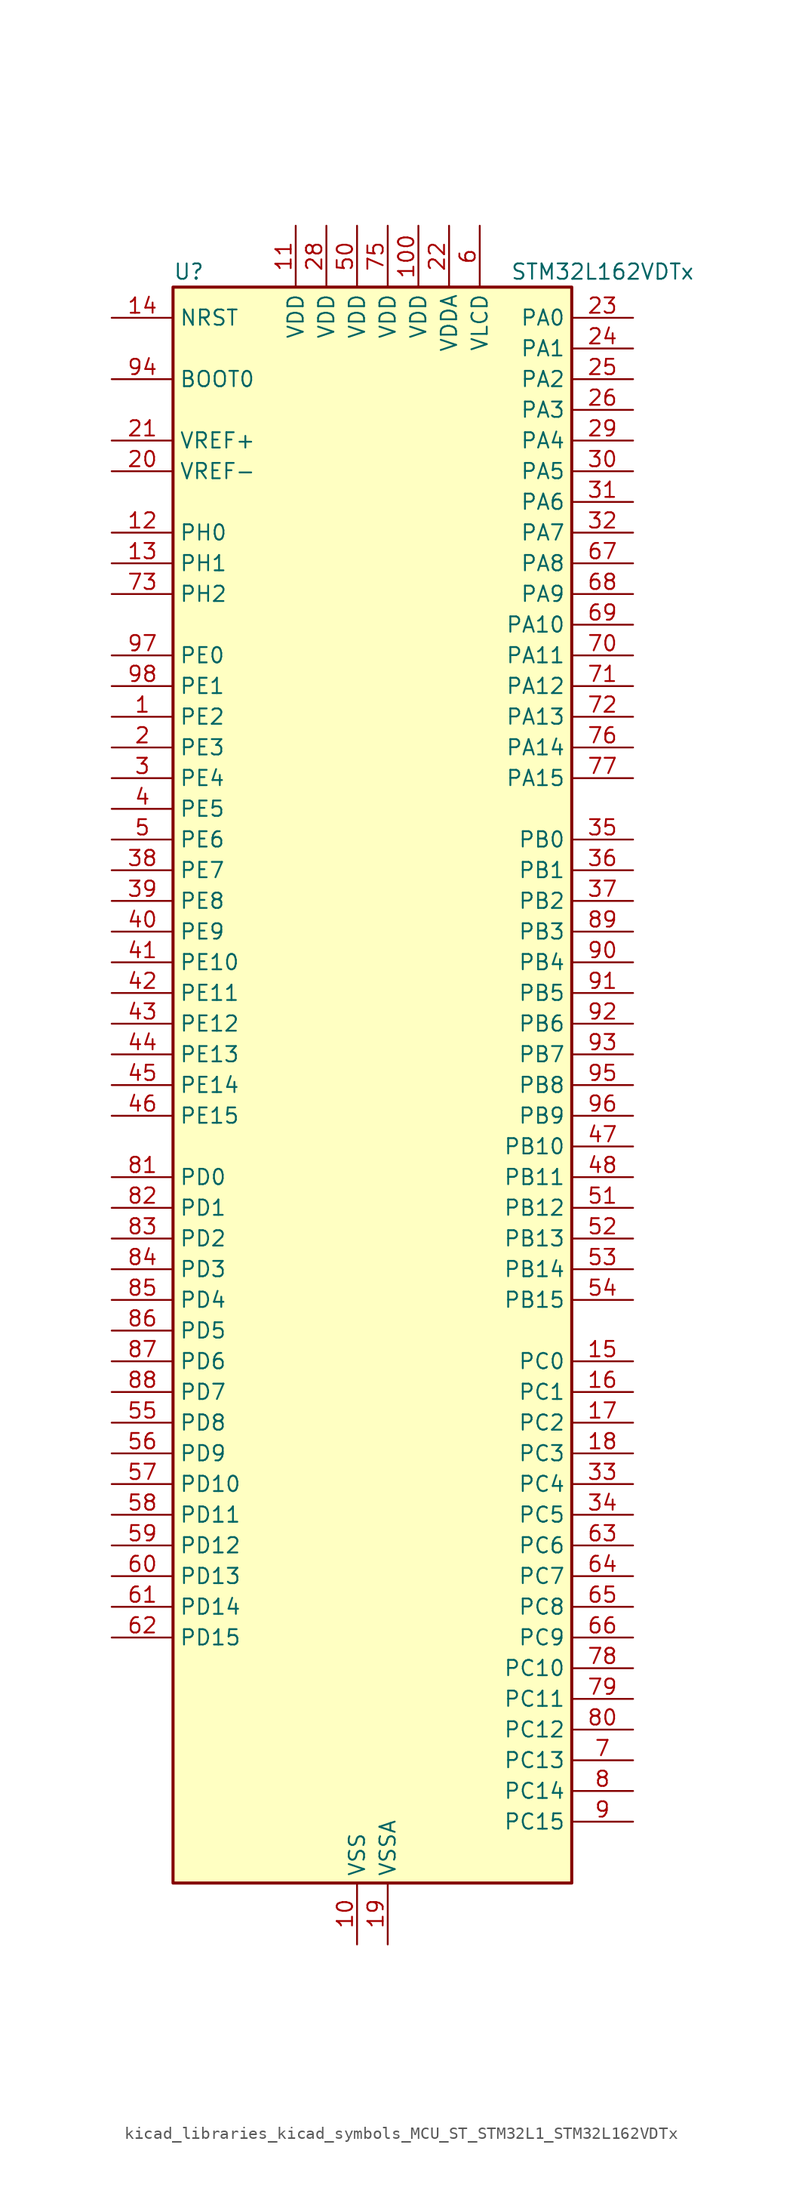
<source format=kicad_sym>
(kicad_symbol_lib
  (version 20220914)
  (generator kicad_symbol_editor)
  (symbol "kicad_libraries_kicad_symbols_MCU_ST_STM32L1_STM32L162VDTx"
    (property "Reference" "U"
      (at -15.24 67.31 0)
      (effects (font (size 1.27 1.27)) (justify left)))
    (property "Value" "STM32L162VDTx"
      (at 12.7 67.31 0)
      (effects (font (size 1.27 1.27)) (justify left)))
    (property "ki_locked" ""
      (at 0 0 0)
      (effects (font (size 1.27 1.27))))
    (symbol "kicad_libraries_kicad_symbols_MCU_ST_STM32L1_STM32L162VDTx_0_1"
      (rectangle (start -15.24 -66.04) (end 17.78 66.04) (stroke (width 0.254) (type default)) (fill (type background))))
    (symbol "kicad_libraries_kicad_symbols_MCU_ST_STM32L1_STM32L162VDTx_1_1"
      (pin bidirectional line (at -20.32 30.48 0) (length 5.08) (name "PE2" (effects (font (size 1.27 1.27)))) (number "1" (effects (font (size 1.27 1.27)))) (alternate "FSMC_A23" bidirectional line) (alternate "LCD_SEG38" bidirectional line) (alternate "SYS_TRACECK" bidirectional line) (alternate "TIM3_ETR" bidirectional line) (alternate "TIMX_IC3" bidirectional line))
      (pin power_in line (at 0 -71.12 90) (length 5.08) (name "VSS" (effects (font (size 1.27 1.27)))) (number "10" (effects (font (size 1.27 1.27)))))
      (pin power_in line (at 5.08 71.12 270) (length 5.08) (name "VDD" (effects (font (size 1.27 1.27)))) (number "100" (effects (font (size 1.27 1.27)))))
      (pin power_in line (at -5.08 71.12 270) (length 5.08) (name "VDD" (effects (font (size 1.27 1.27)))) (number "11" (effects (font (size 1.27 1.27)))))
      (pin bidirectional line (at -20.32 45.72 0) (length 5.08) (name "PH0" (effects (font (size 1.27 1.27)))) (number "12" (effects (font (size 1.27 1.27)))) (alternate "RCC_OSC_IN" bidirectional line))
      (pin bidirectional line (at -20.32 43.18 0) (length 5.08) (name "PH1" (effects (font (size 1.27 1.27)))) (number "13" (effects (font (size 1.27 1.27)))) (alternate "RCC_OSC_OUT" bidirectional line))
      (pin input line (at -20.32 63.5 0) (length 5.08) (name "NRST" (effects (font (size 1.27 1.27)))) (number "14" (effects (font (size 1.27 1.27)))))
      (pin bidirectional line (at 22.86 -22.86 180) (length 5.08) (name "PC0" (effects (font (size 1.27 1.27)))) (number "15" (effects (font (size 1.27 1.27)))) (alternate "ADC_IN10" bidirectional line) (alternate "COMP1_INP" bidirectional line) (alternate "LCD_SEG18" bidirectional line) (alternate "TIMX_IC1" bidirectional line) (alternate "TS_G8_IO1" bidirectional line))
      (pin bidirectional line (at 22.86 -25.4 180) (length 5.08) (name "PC1" (effects (font (size 1.27 1.27)))) (number "16" (effects (font (size 1.27 1.27)))) (alternate "ADC_IN11" bidirectional line) (alternate "COMP1_INP" bidirectional line) (alternate "LCD_SEG19" bidirectional line) (alternate "OPAMP3_VINP" bidirectional line) (alternate "TIMX_IC2" bidirectional line) (alternate "TS_G8_IO2" bidirectional line))
      (pin bidirectional line (at 22.86 -27.94 180) (length 5.08) (name "PC2" (effects (font (size 1.27 1.27)))) (number "17" (effects (font (size 1.27 1.27)))) (alternate "ADC_IN12" bidirectional line) (alternate "COMP1_INP" bidirectional line) (alternate "LCD_SEG20" bidirectional line) (alternate "OPAMP3_VINM" bidirectional line) (alternate "TIMX_IC3" bidirectional line) (alternate "TS_G8_IO3" bidirectional line))
      (pin bidirectional line (at 22.86 -30.48 180) (length 5.08) (name "PC3" (effects (font (size 1.27 1.27)))) (number "18" (effects (font (size 1.27 1.27)))) (alternate "ADC_IN13" bidirectional line) (alternate "COMP1_INP" bidirectional line) (alternate "LCD_SEG21" bidirectional line) (alternate "OPAMP3_VOUT" bidirectional line) (alternate "TIMX_IC4" bidirectional line) (alternate "TS_G8_IO4" bidirectional line))
      (pin power_in line (at 2.54 -71.12 90) (length 5.08) (name "VSSA" (effects (font (size 1.27 1.27)))) (number "19" (effects (font (size 1.27 1.27)))))
      (pin bidirectional line (at -20.32 27.94 0) (length 5.08) (name "PE3" (effects (font (size 1.27 1.27)))) (number "2" (effects (font (size 1.27 1.27)))) (alternate "FSMC_A19" bidirectional line) (alternate "LCD_SEG39" bidirectional line) (alternate "SYS_TRACED0" bidirectional line) (alternate "TIM3_CH1" bidirectional line) (alternate "TIMX_IC4" bidirectional line))
      (pin input line (at -20.32 50.8 0) (length 5.08) (name "VREF-" (effects (font (size 1.27 1.27)))) (number "20" (effects (font (size 1.27 1.27)))))
      (pin input line (at -20.32 53.34 0) (length 5.08) (name "VREF+" (effects (font (size 1.27 1.27)))) (number "21" (effects (font (size 1.27 1.27)))))
      (pin power_in line (at 7.62 71.12 270) (length 5.08) (name "VDDA" (effects (font (size 1.27 1.27)))) (number "22" (effects (font (size 1.27 1.27)))))
      (pin bidirectional line (at 22.86 63.5 180) (length 5.08) (name "PA0" (effects (font (size 1.27 1.27)))) (number "23" (effects (font (size 1.27 1.27)))) (alternate "ADC_IN0" bidirectional line) (alternate "COMP1_INP" bidirectional line) (alternate "RTC_TAMP2" bidirectional line) (alternate "SYS_WKUP1" bidirectional line) (alternate "TIM2_CH1" bidirectional line) (alternate "TIM2_ETR" bidirectional line) (alternate "TIM5_CH1" bidirectional line) (alternate "TIMX_IC1" bidirectional line) (alternate "TS_G1_IO1" bidirectional line) (alternate "USART2_CTS" bidirectional line))
      (pin bidirectional line (at 22.86 60.96 180) (length 5.08) (name "PA1" (effects (font (size 1.27 1.27)))) (number "24" (effects (font (size 1.27 1.27)))) (alternate "ADC_IN1" bidirectional line) (alternate "COMP1_INP" bidirectional line) (alternate "LCD_SEG0" bidirectional line) (alternate "OPAMP1_VINP" bidirectional line) (alternate "TIM2_CH2" bidirectional line) (alternate "TIM5_CH2" bidirectional line) (alternate "TIMX_IC2" bidirectional line) (alternate "TS_G1_IO2" bidirectional line) (alternate "USART2_RTS" bidirectional line))
      (pin bidirectional line (at 22.86 58.42 180) (length 5.08) (name "PA2" (effects (font (size 1.27 1.27)))) (number "25" (effects (font (size 1.27 1.27)))) (alternate "ADC_IN2" bidirectional line) (alternate "COMP1_INP" bidirectional line) (alternate "LCD_SEG1" bidirectional line) (alternate "OPAMP1_VINM" bidirectional line) (alternate "TIM2_CH3" bidirectional line) (alternate "TIM5_CH3" bidirectional line) (alternate "TIM9_CH1" bidirectional line) (alternate "TIMX_IC3" bidirectional line) (alternate "TS_G1_IO3" bidirectional line) (alternate "USART2_TX" bidirectional line))
      (pin bidirectional line (at 22.86 55.88 180) (length 5.08) (name "PA3" (effects (font (size 1.27 1.27)))) (number "26" (effects (font (size 1.27 1.27)))) (alternate "ADC_IN3" bidirectional line) (alternate "COMP1_INP" bidirectional line) (alternate "LCD_SEG2" bidirectional line) (alternate "OPAMP1_VOUT" bidirectional line) (alternate "TIM2_CH4" bidirectional line) (alternate "TIM5_CH4" bidirectional line) (alternate "TIM9_CH2" bidirectional line) (alternate "TIMX_IC4" bidirectional line) (alternate "TS_G1_IO4" bidirectional line) (alternate "USART2_RX" bidirectional line))
      (pin passive line (at 0 -71.12 90) (length 5.08) hide (name "VSS" (effects (font (size 1.27 1.27)))) (number "27" (effects (font (size 1.27 1.27)))))
      (pin power_in line (at -2.54 71.12 270) (length 5.08) (name "VDD" (effects (font (size 1.27 1.27)))) (number "28" (effects (font (size 1.27 1.27)))))
      (pin bidirectional line (at 22.86 53.34 180) (length 5.08) (name "PA4" (effects (font (size 1.27 1.27)))) (number "29" (effects (font (size 1.27 1.27)))) (alternate "ADC_IN4" bidirectional line) (alternate "COMP1_INP" bidirectional line) (alternate "DAC_OUT1" bidirectional line) (alternate "I2S3_WS" bidirectional line) (alternate "SPI1_NSS" bidirectional line) (alternate "SPI3_NSS" bidirectional line) (alternate "TIMX_IC1" bidirectional line) (alternate "USART2_CK" bidirectional line))
      (pin bidirectional line (at -20.32 25.4 0) (length 5.08) (name "PE4" (effects (font (size 1.27 1.27)))) (number "3" (effects (font (size 1.27 1.27)))) (alternate "FSMC_A20" bidirectional line) (alternate "SYS_TRACED1" bidirectional line) (alternate "TIM3_CH2" bidirectional line) (alternate "TIMX_IC1" bidirectional line))
      (pin bidirectional line (at 22.86 50.8 180) (length 5.08) (name "PA5" (effects (font (size 1.27 1.27)))) (number "30" (effects (font (size 1.27 1.27)))) (alternate "ADC_IN5" bidirectional line) (alternate "COMP1_INP" bidirectional line) (alternate "DAC_OUT2" bidirectional line) (alternate "SPI1_SCK" bidirectional line) (alternate "TIM2_CH1" bidirectional line) (alternate "TIM2_ETR" bidirectional line) (alternate "TIMX_IC2" bidirectional line))
      (pin bidirectional line (at 22.86 48.26 180) (length 5.08) (name "PA6" (effects (font (size 1.27 1.27)))) (number "31" (effects (font (size 1.27 1.27)))) (alternate "ADC_IN6" bidirectional line) (alternate "COMP1_INP" bidirectional line) (alternate "LCD_SEG3" bidirectional line) (alternate "OPAMP2_VINP" bidirectional line) (alternate "SPI1_MISO" bidirectional line) (alternate "TIM10_CH1" bidirectional line) (alternate "TIM3_CH1" bidirectional line) (alternate "TIMX_IC3" bidirectional line) (alternate "TS_G2_IO1" bidirectional line))
      (pin bidirectional line (at 22.86 45.72 180) (length 5.08) (name "PA7" (effects (font (size 1.27 1.27)))) (number "32" (effects (font (size 1.27 1.27)))) (alternate "ADC_IN7" bidirectional line) (alternate "COMP1_INP" bidirectional line) (alternate "LCD_SEG4" bidirectional line) (alternate "OPAMP2_VINM" bidirectional line) (alternate "SPI1_MOSI" bidirectional line) (alternate "TIM11_CH1" bidirectional line) (alternate "TIM3_CH2" bidirectional line) (alternate "TIMX_IC4" bidirectional line) (alternate "TS_G2_IO2" bidirectional line))
      (pin bidirectional line (at 22.86 -33.02 180) (length 5.08) (name "PC4" (effects (font (size 1.27 1.27)))) (number "33" (effects (font (size 1.27 1.27)))) (alternate "ADC_IN14" bidirectional line) (alternate "COMP1_INP" bidirectional line) (alternate "LCD_SEG22" bidirectional line) (alternate "TIMX_IC1" bidirectional line) (alternate "TS_G9_IO1" bidirectional line))
      (pin bidirectional line (at 22.86 -35.56 180) (length 5.08) (name "PC5" (effects (font (size 1.27 1.27)))) (number "34" (effects (font (size 1.27 1.27)))) (alternate "ADC_IN15" bidirectional line) (alternate "COMP1_INP" bidirectional line) (alternate "LCD_SEG23" bidirectional line) (alternate "TIMX_IC2" bidirectional line) (alternate "TS_G9_IO2" bidirectional line))
      (pin bidirectional line (at 22.86 20.32 180) (length 5.08) (name "PB0" (effects (font (size 1.27 1.27)))) (number "35" (effects (font (size 1.27 1.27)))) (alternate "ADC_IN8" bidirectional line) (alternate "COMP1_INP" bidirectional line) (alternate "LCD_SEG5" bidirectional line) (alternate "OPAMP2_VOUT" bidirectional line) (alternate "SYS_V_REF_OUT" bidirectional line) (alternate "TIM3_CH3" bidirectional line) (alternate "TS_G3_IO1" bidirectional line))
      (pin bidirectional line (at 22.86 17.78 180) (length 5.08) (name "PB1" (effects (font (size 1.27 1.27)))) (number "36" (effects (font (size 1.27 1.27)))) (alternate "ADC_IN9" bidirectional line) (alternate "COMP1_INP" bidirectional line) (alternate "LCD_SEG6" bidirectional line) (alternate "SYS_V_REF_OUT" bidirectional line) (alternate "TIM3_CH4" bidirectional line) (alternate "TS_G3_IO2" bidirectional line))
      (pin bidirectional line (at 22.86 15.24 180) (length 5.08) (name "PB2" (effects (font (size 1.27 1.27)))) (number "37" (effects (font (size 1.27 1.27)))) (alternate "TS_G3_IO3" bidirectional line))
      (pin bidirectional line (at -20.32 17.78 0) (length 5.08) (name "PE7" (effects (font (size 1.27 1.27)))) (number "38" (effects (font (size 1.27 1.27)))) (alternate "ADC_IN22" bidirectional line) (alternate "COMP1_INP" bidirectional line) (alternate "FSMC_D4" bidirectional line) (alternate "FSMC_DA4" bidirectional line) (alternate "TIMX_IC4" bidirectional line))
      (pin bidirectional line (at -20.32 15.24 0) (length 5.08) (name "PE8" (effects (font (size 1.27 1.27)))) (number "39" (effects (font (size 1.27 1.27)))) (alternate "ADC_IN23" bidirectional line) (alternate "COMP1_INP" bidirectional line) (alternate "FSMC_D5" bidirectional line) (alternate "FSMC_DA5" bidirectional line) (alternate "TIMX_IC1" bidirectional line))
      (pin bidirectional line (at -20.32 22.86 0) (length 5.08) (name "PE5" (effects (font (size 1.27 1.27)))) (number "4" (effects (font (size 1.27 1.27)))) (alternate "FSMC_A21" bidirectional line) (alternate "SYS_TRACED2" bidirectional line) (alternate "TIM9_CH1" bidirectional line) (alternate "TIMX_IC2" bidirectional line))
      (pin bidirectional line (at -20.32 12.7 0) (length 5.08) (name "PE9" (effects (font (size 1.27 1.27)))) (number "40" (effects (font (size 1.27 1.27)))) (alternate "ADC_IN24" bidirectional line) (alternate "COMP1_INP" bidirectional line) (alternate "DAC_EXTI9" bidirectional line) (alternate "FSMC_D6" bidirectional line) (alternate "FSMC_DA6" bidirectional line) (alternate "TIM2_CH1" bidirectional line) (alternate "TIM2_ETR" bidirectional line) (alternate "TIMX_IC2" bidirectional line))
      (pin bidirectional line (at -20.32 10.16 0) (length 5.08) (name "PE10" (effects (font (size 1.27 1.27)))) (number "41" (effects (font (size 1.27 1.27)))) (alternate "ADC_IN25" bidirectional line) (alternate "COMP1_INP" bidirectional line) (alternate "FSMC_D7" bidirectional line) (alternate "FSMC_DA7" bidirectional line) (alternate "TIM2_CH2" bidirectional line) (alternate "TIMX_IC3" bidirectional line))
      (pin bidirectional line (at -20.32 7.62 0) (length 5.08) (name "PE11" (effects (font (size 1.27 1.27)))) (number "42" (effects (font (size 1.27 1.27)))) (alternate "ADC_EXTI11" bidirectional line) (alternate "FSMC_D8" bidirectional line) (alternate "FSMC_DA8" bidirectional line) (alternate "TIM2_CH3" bidirectional line) (alternate "TIMX_IC4" bidirectional line))
      (pin bidirectional line (at -20.32 5.08 0) (length 5.08) (name "PE12" (effects (font (size 1.27 1.27)))) (number "43" (effects (font (size 1.27 1.27)))) (alternate "FSMC_D9" bidirectional line) (alternate "FSMC_DA9" bidirectional line) (alternate "SPI1_NSS" bidirectional line) (alternate "TIM2_CH4" bidirectional line) (alternate "TIMX_IC1" bidirectional line))
      (pin bidirectional line (at -20.32 2.54 0) (length 5.08) (name "PE13" (effects (font (size 1.27 1.27)))) (number "44" (effects (font (size 1.27 1.27)))) (alternate "FSMC_D10" bidirectional line) (alternate "FSMC_DA10" bidirectional line) (alternate "SPI1_SCK" bidirectional line) (alternate "TIMX_IC2" bidirectional line))
      (pin bidirectional line (at -20.32 0 0) (length 5.08) (name "PE14" (effects (font (size 1.27 1.27)))) (number "45" (effects (font (size 1.27 1.27)))) (alternate "FSMC_D11" bidirectional line) (alternate "FSMC_DA11" bidirectional line) (alternate "SPI1_MISO" bidirectional line) (alternate "TIMX_IC3" bidirectional line))
      (pin bidirectional line (at -20.32 -2.54 0) (length 5.08) (name "PE15" (effects (font (size 1.27 1.27)))) (number "46" (effects (font (size 1.27 1.27)))) (alternate "ADC_EXTI15" bidirectional line) (alternate "FSMC_D12" bidirectional line) (alternate "FSMC_DA12" bidirectional line) (alternate "SPI1_MOSI" bidirectional line) (alternate "TIMX_IC4" bidirectional line))
      (pin bidirectional line (at 22.86 -5.08 180) (length 5.08) (name "PB10" (effects (font (size 1.27 1.27)))) (number "47" (effects (font (size 1.27 1.27)))) (alternate "I2C2_SCL" bidirectional line) (alternate "LCD_SEG10" bidirectional line) (alternate "TIM2_CH3" bidirectional line) (alternate "USART3_TX" bidirectional line))
      (pin bidirectional line (at 22.86 -7.62 180) (length 5.08) (name "PB11" (effects (font (size 1.27 1.27)))) (number "48" (effects (font (size 1.27 1.27)))) (alternate "ADC_EXTI11" bidirectional line) (alternate "I2C2_SDA" bidirectional line) (alternate "LCD_SEG11" bidirectional line) (alternate "TIM2_CH4" bidirectional line) (alternate "USART3_RX" bidirectional line))
      (pin passive line (at 0 -71.12 90) (length 5.08) hide (name "VSS" (effects (font (size 1.27 1.27)))) (number "49" (effects (font (size 1.27 1.27)))))
      (pin bidirectional line (at -20.32 20.32 0) (length 5.08) (name "PE6" (effects (font (size 1.27 1.27)))) (number "5" (effects (font (size 1.27 1.27)))) (alternate "RTC_TAMP3" bidirectional line) (alternate "SYS_TRACED3" bidirectional line) (alternate "SYS_WKUP3" bidirectional line) (alternate "TIM9_CH2" bidirectional line) (alternate "TIMX_IC3" bidirectional line))
      (pin power_in line (at 0 71.12 270) (length 5.08) (name "VDD" (effects (font (size 1.27 1.27)))) (number "50" (effects (font (size 1.27 1.27)))))
      (pin bidirectional line (at 22.86 -10.16 180) (length 5.08) (name "PB12" (effects (font (size 1.27 1.27)))) (number "51" (effects (font (size 1.27 1.27)))) (alternate "ADC_IN18" bidirectional line) (alternate "COMP1_INP" bidirectional line) (alternate "I2C2_SMBA" bidirectional line) (alternate "I2S2_WS" bidirectional line) (alternate "LCD_SEG12" bidirectional line) (alternate "SPI2_NSS" bidirectional line) (alternate "TIM10_CH1" bidirectional line) (alternate "TS_G7_IO1" bidirectional line) (alternate "USART3_CK" bidirectional line))
      (pin bidirectional line (at 22.86 -12.7 180) (length 5.08) (name "PB13" (effects (font (size 1.27 1.27)))) (number "52" (effects (font (size 1.27 1.27)))) (alternate "ADC_IN19" bidirectional line) (alternate "COMP1_INP" bidirectional line) (alternate "I2S2_CK" bidirectional line) (alternate "LCD_SEG13" bidirectional line) (alternate "SPI2_SCK" bidirectional line) (alternate "TIM9_CH1" bidirectional line) (alternate "TS_G7_IO2" bidirectional line) (alternate "USART3_CTS" bidirectional line))
      (pin bidirectional line (at 22.86 -15.24 180) (length 5.08) (name "PB14" (effects (font (size 1.27 1.27)))) (number "53" (effects (font (size 1.27 1.27)))) (alternate "ADC_IN20" bidirectional line) (alternate "COMP1_INP" bidirectional line) (alternate "LCD_SEG14" bidirectional line) (alternate "SPI2_MISO" bidirectional line) (alternate "TIM9_CH2" bidirectional line) (alternate "TS_G7_IO3" bidirectional line) (alternate "USART3_RTS" bidirectional line))
      (pin bidirectional line (at 22.86 -17.78 180) (length 5.08) (name "PB15" (effects (font (size 1.27 1.27)))) (number "54" (effects (font (size 1.27 1.27)))) (alternate "ADC_EXTI15" bidirectional line) (alternate "ADC_IN21" bidirectional line) (alternate "COMP1_INP" bidirectional line) (alternate "I2S2_SD" bidirectional line) (alternate "LCD_SEG15" bidirectional line) (alternate "RTC_REFIN" bidirectional line) (alternate "SPI2_MOSI" bidirectional line) (alternate "TIM11_CH1" bidirectional line) (alternate "TS_G7_IO4" bidirectional line))
      (pin bidirectional line (at -20.32 -27.94 0) (length 5.08) (name "PD8" (effects (font (size 1.27 1.27)))) (number "55" (effects (font (size 1.27 1.27)))) (alternate "FSMC_D13" bidirectional line) (alternate "FSMC_DA13" bidirectional line) (alternate "LCD_SEG28" bidirectional line) (alternate "TIMX_IC1" bidirectional line) (alternate "USART3_TX" bidirectional line))
      (pin bidirectional line (at -20.32 -30.48 0) (length 5.08) (name "PD9" (effects (font (size 1.27 1.27)))) (number "56" (effects (font (size 1.27 1.27)))) (alternate "DAC_EXTI9" bidirectional line) (alternate "FSMC_D14" bidirectional line) (alternate "FSMC_DA14" bidirectional line) (alternate "LCD_SEG29" bidirectional line) (alternate "TIMX_IC2" bidirectional line) (alternate "USART3_RX" bidirectional line))
      (pin bidirectional line (at -20.32 -33.02 0) (length 5.08) (name "PD10" (effects (font (size 1.27 1.27)))) (number "57" (effects (font (size 1.27 1.27)))) (alternate "FSMC_D15" bidirectional line) (alternate "FSMC_DA15" bidirectional line) (alternate "LCD_SEG30" bidirectional line) (alternate "TIMX_IC3" bidirectional line) (alternate "USART3_CK" bidirectional line))
      (pin bidirectional line (at -20.32 -35.56 0) (length 5.08) (name "PD11" (effects (font (size 1.27 1.27)))) (number "58" (effects (font (size 1.27 1.27)))) (alternate "ADC_EXTI11" bidirectional line) (alternate "FSMC_A16" bidirectional line) (alternate "LCD_SEG31" bidirectional line) (alternate "TIMX_IC4" bidirectional line) (alternate "USART3_CTS" bidirectional line))
      (pin bidirectional line (at -20.32 -38.1 0) (length 5.08) (name "PD12" (effects (font (size 1.27 1.27)))) (number "59" (effects (font (size 1.27 1.27)))) (alternate "FSMC_A17" bidirectional line) (alternate "LCD_SEG32" bidirectional line) (alternate "TIM4_CH1" bidirectional line) (alternate "TIMX_IC1" bidirectional line) (alternate "USART3_RTS" bidirectional line))
      (pin power_in line (at 10.16 71.12 270) (length 5.08) (name "VLCD" (effects (font (size 1.27 1.27)))) (number "6" (effects (font (size 1.27 1.27)))))
      (pin bidirectional line (at -20.32 -40.64 0) (length 5.08) (name "PD13" (effects (font (size 1.27 1.27)))) (number "60" (effects (font (size 1.27 1.27)))) (alternate "FSMC_A18" bidirectional line) (alternate "LCD_SEG33" bidirectional line) (alternate "TIM4_CH2" bidirectional line) (alternate "TIMX_IC2" bidirectional line))
      (pin bidirectional line (at -20.32 -43.18 0) (length 5.08) (name "PD14" (effects (font (size 1.27 1.27)))) (number "61" (effects (font (size 1.27 1.27)))) (alternate "FSMC_D0" bidirectional line) (alternate "FSMC_DA0" bidirectional line) (alternate "LCD_SEG34" bidirectional line) (alternate "TIM4_CH3" bidirectional line) (alternate "TIMX_IC3" bidirectional line))
      (pin bidirectional line (at -20.32 -45.72 0) (length 5.08) (name "PD15" (effects (font (size 1.27 1.27)))) (number "62" (effects (font (size 1.27 1.27)))) (alternate "ADC_EXTI15" bidirectional line) (alternate "FSMC_D1" bidirectional line) (alternate "FSMC_DA1" bidirectional line) (alternate "LCD_SEG35" bidirectional line) (alternate "TIM4_CH4" bidirectional line) (alternate "TIMX_IC4" bidirectional line))
      (pin bidirectional line (at 22.86 -38.1 180) (length 5.08) (name "PC6" (effects (font (size 1.27 1.27)))) (number "63" (effects (font (size 1.27 1.27)))) (alternate "I2S2_MCK" bidirectional line) (alternate "LCD_SEG24" bidirectional line) (alternate "SDIO_D6" bidirectional line) (alternate "TIM3_CH1" bidirectional line) (alternate "TIMX_IC3" bidirectional line) (alternate "TS_G10_IO1" bidirectional line))
      (pin bidirectional line (at 22.86 -40.64 180) (length 5.08) (name "PC7" (effects (font (size 1.27 1.27)))) (number "64" (effects (font (size 1.27 1.27)))) (alternate "I2S3_MCK" bidirectional line) (alternate "LCD_SEG25" bidirectional line) (alternate "SDIO_D7" bidirectional line) (alternate "TIM3_CH2" bidirectional line) (alternate "TIMX_IC4" bidirectional line) (alternate "TS_G10_IO2" bidirectional line))
      (pin bidirectional line (at 22.86 -43.18 180) (length 5.08) (name "PC8" (effects (font (size 1.27 1.27)))) (number "65" (effects (font (size 1.27 1.27)))) (alternate "LCD_SEG26" bidirectional line) (alternate "SDIO_D0" bidirectional line) (alternate "TIM3_CH3" bidirectional line) (alternate "TIMX_IC1" bidirectional line) (alternate "TS_G10_IO3" bidirectional line))
      (pin bidirectional line (at 22.86 -45.72 180) (length 5.08) (name "PC9" (effects (font (size 1.27 1.27)))) (number "66" (effects (font (size 1.27 1.27)))) (alternate "DAC_EXTI9" bidirectional line) (alternate "LCD_SEG27" bidirectional line) (alternate "SDIO_D1" bidirectional line) (alternate "TIM3_CH4" bidirectional line) (alternate "TIMX_IC2" bidirectional line) (alternate "TS_G10_IO4" bidirectional line))
      (pin bidirectional line (at 22.86 43.18 180) (length 5.08) (name "PA8" (effects (font (size 1.27 1.27)))) (number "67" (effects (font (size 1.27 1.27)))) (alternate "LCD_COM0" bidirectional line) (alternate "RCC_MCO" bidirectional line) (alternate "TIMX_IC1" bidirectional line) (alternate "TS_G4_IO1" bidirectional line) (alternate "USART1_CK" bidirectional line))
      (pin bidirectional line (at 22.86 40.64 180) (length 5.08) (name "PA9" (effects (font (size 1.27 1.27)))) (number "68" (effects (font (size 1.27 1.27)))) (alternate "DAC_EXTI9" bidirectional line) (alternate "LCD_COM1" bidirectional line) (alternate "TIMX_IC2" bidirectional line) (alternate "TS_G4_IO2" bidirectional line) (alternate "USART1_TX" bidirectional line))
      (pin bidirectional line (at 22.86 38.1 180) (length 5.08) (name "PA10" (effects (font (size 1.27 1.27)))) (number "69" (effects (font (size 1.27 1.27)))) (alternate "LCD_COM2" bidirectional line) (alternate "TIMX_IC3" bidirectional line) (alternate "TS_G4_IO3" bidirectional line) (alternate "USART1_RX" bidirectional line))
      (pin bidirectional line (at 22.86 -55.88 180) (length 5.08) (name "PC13" (effects (font (size 1.27 1.27)))) (number "7" (effects (font (size 1.27 1.27)))) (alternate "RTC_OUT_ALARM" bidirectional line) (alternate "RTC_OUT_CALIB" bidirectional line) (alternate "RTC_TAMP1" bidirectional line) (alternate "RTC_TS" bidirectional line) (alternate "SYS_WKUP2" bidirectional line) (alternate "TIMX_IC2" bidirectional line))
      (pin bidirectional line (at 22.86 35.56 180) (length 5.08) (name "PA11" (effects (font (size 1.27 1.27)))) (number "70" (effects (font (size 1.27 1.27)))) (alternate "ADC_EXTI11" bidirectional line) (alternate "SPI1_MISO" bidirectional line) (alternate "TIMX_IC4" bidirectional line) (alternate "USART1_CTS" bidirectional line) (alternate "USB_DM" bidirectional line))
      (pin bidirectional line (at 22.86 33.02 180) (length 5.08) (name "PA12" (effects (font (size 1.27 1.27)))) (number "71" (effects (font (size 1.27 1.27)))) (alternate "SPI1_MOSI" bidirectional line) (alternate "TIMX_IC1" bidirectional line) (alternate "USART1_RTS" bidirectional line) (alternate "USB_DP" bidirectional line))
      (pin bidirectional line (at 22.86 30.48 180) (length 5.08) (name "PA13" (effects (font (size 1.27 1.27)))) (number "72" (effects (font (size 1.27 1.27)))) (alternate "SYS_JTMS-SWDIO" bidirectional line) (alternate "TIMX_IC2" bidirectional line) (alternate "TS_G5_IO1" bidirectional line))
      (pin bidirectional line (at -20.32 40.64 0) (length 5.08) (name "PH2" (effects (font (size 1.27 1.27)))) (number "73" (effects (font (size 1.27 1.27)))) (alternate "FSMC_A22" bidirectional line))
      (pin passive line (at 0 -71.12 90) (length 5.08) hide (name "VSS" (effects (font (size 1.27 1.27)))) (number "74" (effects (font (size 1.27 1.27)))))
      (pin power_in line (at 2.54 71.12 270) (length 5.08) (name "VDD" (effects (font (size 1.27 1.27)))) (number "75" (effects (font (size 1.27 1.27)))))
      (pin bidirectional line (at 22.86 27.94 180) (length 5.08) (name "PA14" (effects (font (size 1.27 1.27)))) (number "76" (effects (font (size 1.27 1.27)))) (alternate "SYS_JTCK-SWCLK" bidirectional line) (alternate "TIMX_IC3" bidirectional line) (alternate "TS_G5_IO2" bidirectional line))
      (pin bidirectional line (at 22.86 25.4 180) (length 5.08) (name "PA15" (effects (font (size 1.27 1.27)))) (number "77" (effects (font (size 1.27 1.27)))) (alternate "ADC_EXTI15" bidirectional line) (alternate "I2S3_WS" bidirectional line) (alternate "LCD_SEG17" bidirectional line) (alternate "SPI1_NSS" bidirectional line) (alternate "SPI3_NSS" bidirectional line) (alternate "SYS_JTDI" bidirectional line) (alternate "TIM2_CH1" bidirectional line) (alternate "TIM2_ETR" bidirectional line) (alternate "TIMX_IC4" bidirectional line) (alternate "TS_G5_IO3" bidirectional line))
      (pin bidirectional line (at 22.86 -48.26 180) (length 5.08) (name "PC10" (effects (font (size 1.27 1.27)))) (number "78" (effects (font (size 1.27 1.27)))) (alternate "I2S3_CK" bidirectional line) (alternate "LCD_COM4" bidirectional line) (alternate "LCD_SEG28" bidirectional line) (alternate "LCD_SEG40" bidirectional line) (alternate "SDIO_D2" bidirectional line) (alternate "SPI3_SCK" bidirectional line) (alternate "TIMX_IC3" bidirectional line) (alternate "UART4_TX" bidirectional line) (alternate "USART3_TX" bidirectional line))
      (pin bidirectional line (at 22.86 -50.8 180) (length 5.08) (name "PC11" (effects (font (size 1.27 1.27)))) (number "79" (effects (font (size 1.27 1.27)))) (alternate "ADC_EXTI11" bidirectional line) (alternate "LCD_COM5" bidirectional line) (alternate "LCD_SEG29" bidirectional line) (alternate "LCD_SEG41" bidirectional line) (alternate "SDIO_D3" bidirectional line) (alternate "SPI3_MISO" bidirectional line) (alternate "TIMX_IC4" bidirectional line) (alternate "UART4_RX" bidirectional line) (alternate "USART3_RX" bidirectional line))
      (pin bidirectional line (at 22.86 -58.42 180) (length 5.08) (name "PC14" (effects (font (size 1.27 1.27)))) (number "8" (effects (font (size 1.27 1.27)))) (alternate "RCC_OSC32_IN" bidirectional line) (alternate "TIMX_IC3" bidirectional line))
      (pin bidirectional line (at 22.86 -53.34 180) (length 5.08) (name "PC12" (effects (font (size 1.27 1.27)))) (number "80" (effects (font (size 1.27 1.27)))) (alternate "I2S3_SD" bidirectional line) (alternate "LCD_COM6" bidirectional line) (alternate "LCD_SEG30" bidirectional line) (alternate "LCD_SEG42" bidirectional line) (alternate "SDIO_CK" bidirectional line) (alternate "SPI3_MOSI" bidirectional line) (alternate "TIMX_IC1" bidirectional line) (alternate "UART5_TX" bidirectional line) (alternate "USART3_CK" bidirectional line))
      (pin bidirectional line (at -20.32 -7.62 0) (length 5.08) (name "PD0" (effects (font (size 1.27 1.27)))) (number "81" (effects (font (size 1.27 1.27)))) (alternate "FSMC_D2" bidirectional line) (alternate "FSMC_DA2" bidirectional line) (alternate "I2S2_WS" bidirectional line) (alternate "SPI2_NSS" bidirectional line) (alternate "TIM9_CH1" bidirectional line) (alternate "TIMX_IC1" bidirectional line))
      (pin bidirectional line (at -20.32 -10.16 0) (length 5.08) (name "PD1" (effects (font (size 1.27 1.27)))) (number "82" (effects (font (size 1.27 1.27)))) (alternate "FSMC_D3" bidirectional line) (alternate "FSMC_DA3" bidirectional line) (alternate "I2S2_CK" bidirectional line) (alternate "SPI2_SCK" bidirectional line) (alternate "TIMX_IC2" bidirectional line))
      (pin bidirectional line (at -20.32 -12.7 0) (length 5.08) (name "PD2" (effects (font (size 1.27 1.27)))) (number "83" (effects (font (size 1.27 1.27)))) (alternate "LCD_COM7" bidirectional line) (alternate "LCD_SEG31" bidirectional line) (alternate "LCD_SEG43" bidirectional line) (alternate "SDIO_CMD" bidirectional line) (alternate "TIM3_ETR" bidirectional line) (alternate "TIMX_IC3" bidirectional line) (alternate "UART5_RX" bidirectional line))
      (pin bidirectional line (at -20.32 -15.24 0) (length 5.08) (name "PD3" (effects (font (size 1.27 1.27)))) (number "84" (effects (font (size 1.27 1.27)))) (alternate "FSMC_CLK" bidirectional line) (alternate "SPI2_MISO" bidirectional line) (alternate "TIMX_IC4" bidirectional line) (alternate "USART2_CTS" bidirectional line))
      (pin bidirectional line (at -20.32 -17.78 0) (length 5.08) (name "PD4" (effects (font (size 1.27 1.27)))) (number "85" (effects (font (size 1.27 1.27)))) (alternate "FSMC_NOE" bidirectional line) (alternate "I2S2_SD" bidirectional line) (alternate "SPI2_MOSI" bidirectional line) (alternate "TIMX_IC1" bidirectional line) (alternate "USART2_RTS" bidirectional line))
      (pin bidirectional line (at -20.32 -20.32 0) (length 5.08) (name "PD5" (effects (font (size 1.27 1.27)))) (number "86" (effects (font (size 1.27 1.27)))) (alternate "FSMC_NWE" bidirectional line) (alternate "TIMX_IC2" bidirectional line) (alternate "USART2_TX" bidirectional line))
      (pin bidirectional line (at -20.32 -22.86 0) (length 5.08) (name "PD6" (effects (font (size 1.27 1.27)))) (number "87" (effects (font (size 1.27 1.27)))) (alternate "FSMC_NWAIT" bidirectional line) (alternate "TIMX_IC3" bidirectional line) (alternate "USART2_RX" bidirectional line))
      (pin bidirectional line (at -20.32 -25.4 0) (length 5.08) (name "PD7" (effects (font (size 1.27 1.27)))) (number "88" (effects (font (size 1.27 1.27)))) (alternate "FSMC_NE1" bidirectional line) (alternate "TIM9_CH2" bidirectional line) (alternate "TIMX_IC4" bidirectional line) (alternate "USART2_CK" bidirectional line))
      (pin bidirectional line (at 22.86 12.7 180) (length 5.08) (name "PB3" (effects (font (size 1.27 1.27)))) (number "89" (effects (font (size 1.27 1.27)))) (alternate "COMP2_INM" bidirectional line) (alternate "I2S3_CK" bidirectional line) (alternate "LCD_SEG7" bidirectional line) (alternate "SPI1_SCK" bidirectional line) (alternate "SPI3_SCK" bidirectional line) (alternate "SYS_JTDO-TRACESWO" bidirectional line) (alternate "TIM2_CH2" bidirectional line))
      (pin bidirectional line (at 22.86 -60.96 180) (length 5.08) (name "PC15" (effects (font (size 1.27 1.27)))) (number "9" (effects (font (size 1.27 1.27)))) (alternate "ADC_EXTI15" bidirectional line) (alternate "RCC_OSC32_OUT" bidirectional line) (alternate "TIMX_IC4" bidirectional line))
      (pin bidirectional line (at 22.86 10.16 180) (length 5.08) (name "PB4" (effects (font (size 1.27 1.27)))) (number "90" (effects (font (size 1.27 1.27)))) (alternate "COMP2_INP" bidirectional line) (alternate "LCD_SEG8" bidirectional line) (alternate "SPI1_MISO" bidirectional line) (alternate "SPI3_MISO" bidirectional line) (alternate "SYS_JTRST" bidirectional line) (alternate "TIM3_CH1" bidirectional line) (alternate "TS_G6_IO1" bidirectional line))
      (pin bidirectional line (at 22.86 7.62 180) (length 5.08) (name "PB5" (effects (font (size 1.27 1.27)))) (number "91" (effects (font (size 1.27 1.27)))) (alternate "COMP2_INP" bidirectional line) (alternate "I2C1_SMBA" bidirectional line) (alternate "I2S3_SD" bidirectional line) (alternate "LCD_SEG9" bidirectional line) (alternate "SPI1_MOSI" bidirectional line) (alternate "SPI3_MOSI" bidirectional line) (alternate "TIM3_CH2" bidirectional line) (alternate "TS_G6_IO2" bidirectional line))
      (pin bidirectional line (at 22.86 5.08 180) (length 5.08) (name "PB6" (effects (font (size 1.27 1.27)))) (number "92" (effects (font (size 1.27 1.27)))) (alternate "COMP2_INP" bidirectional line) (alternate "I2C1_SCL" bidirectional line) (alternate "TIM4_CH1" bidirectional line) (alternate "TS_G6_IO3" bidirectional line) (alternate "USART1_TX" bidirectional line))
      (pin bidirectional line (at 22.86 2.54 180) (length 5.08) (name "PB7" (effects (font (size 1.27 1.27)))) (number "93" (effects (font (size 1.27 1.27)))) (alternate "COMP2_INP" bidirectional line) (alternate "FSMC_NL" bidirectional line) (alternate "I2C1_SDA" bidirectional line) (alternate "SYS_PVD_IN" bidirectional line) (alternate "TIM4_CH2" bidirectional line) (alternate "TS_G6_IO4" bidirectional line) (alternate "USART1_RX" bidirectional line))
      (pin input line (at -20.32 58.42 0) (length 5.08) (name "BOOT0" (effects (font (size 1.27 1.27)))) (number "94" (effects (font (size 1.27 1.27)))))
      (pin bidirectional line (at 22.86 0 180) (length 5.08) (name "PB8" (effects (font (size 1.27 1.27)))) (number "95" (effects (font (size 1.27 1.27)))) (alternate "I2C1_SCL" bidirectional line) (alternate "LCD_SEG16" bidirectional line) (alternate "SDIO_D4" bidirectional line) (alternate "TIM10_CH1" bidirectional line) (alternate "TIM4_CH3" bidirectional line))
      (pin bidirectional line (at 22.86 -2.54 180) (length 5.08) (name "PB9" (effects (font (size 1.27 1.27)))) (number "96" (effects (font (size 1.27 1.27)))) (alternate "DAC_EXTI9" bidirectional line) (alternate "I2C1_SDA" bidirectional line) (alternate "LCD_COM3" bidirectional line) (alternate "SDIO_D5" bidirectional line) (alternate "TIM11_CH1" bidirectional line) (alternate "TIM4_CH4" bidirectional line))
      (pin bidirectional line (at -20.32 35.56 0) (length 5.08) (name "PE0" (effects (font (size 1.27 1.27)))) (number "97" (effects (font (size 1.27 1.27)))) (alternate "FSMC_NBL0" bidirectional line) (alternate "LCD_SEG36" bidirectional line) (alternate "TIM10_CH1" bidirectional line) (alternate "TIM4_ETR" bidirectional line) (alternate "TIMX_IC1" bidirectional line))
      (pin bidirectional line (at -20.32 33.02 0) (length 5.08) (name "PE1" (effects (font (size 1.27 1.27)))) (number "98" (effects (font (size 1.27 1.27)))) (alternate "FSMC_NBL1" bidirectional line) (alternate "LCD_SEG37" bidirectional line) (alternate "TIM11_CH1" bidirectional line) (alternate "TIMX_IC2" bidirectional line))
      (pin passive line (at 0 -71.12 90) (length 5.08) hide (name "VSS" (effects (font (size 1.27 1.27)))) (number "99" (effects (font (size 1.27 1.27))))))))
</source>
